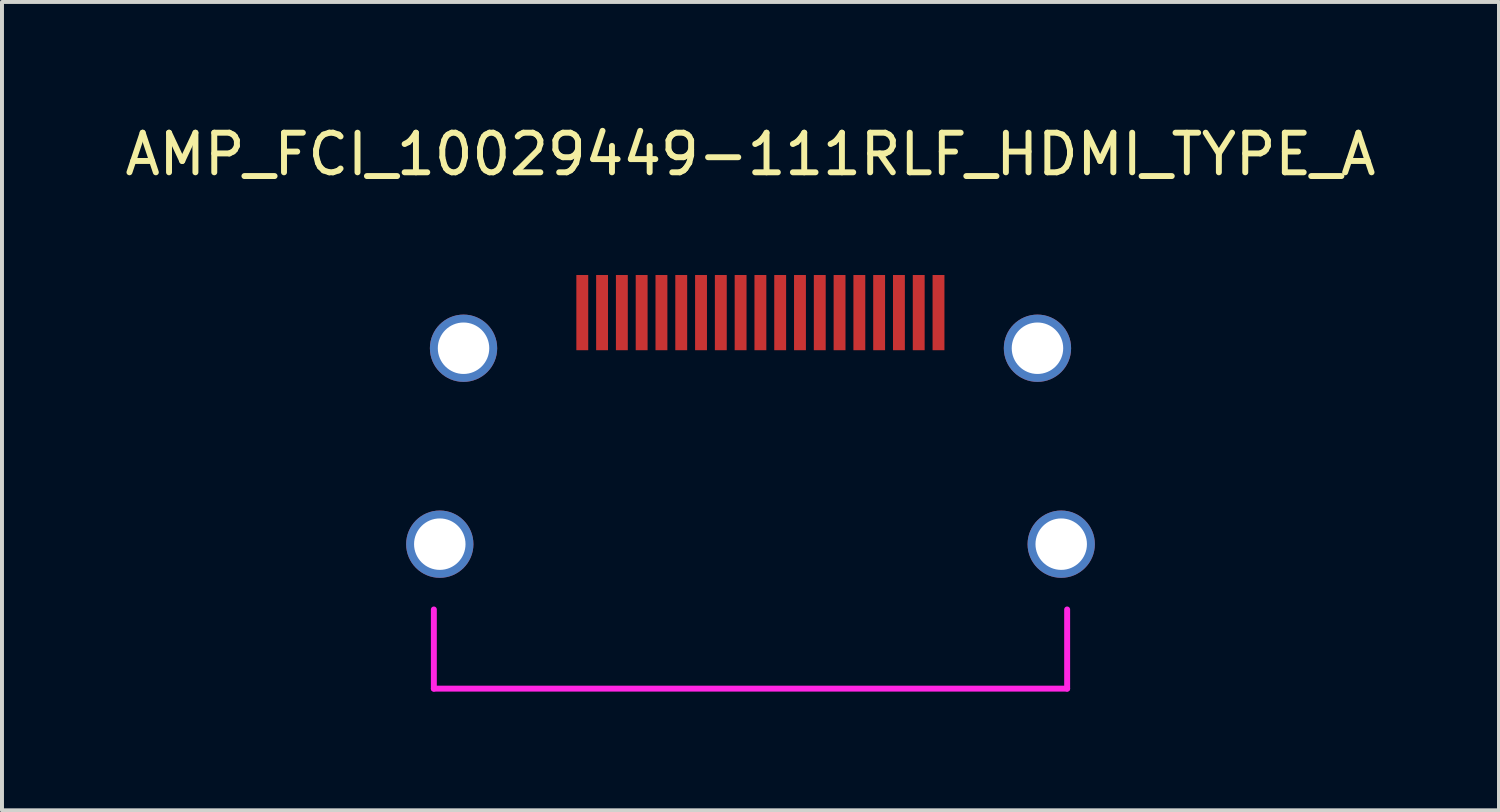
<source format=kicad_pcb>
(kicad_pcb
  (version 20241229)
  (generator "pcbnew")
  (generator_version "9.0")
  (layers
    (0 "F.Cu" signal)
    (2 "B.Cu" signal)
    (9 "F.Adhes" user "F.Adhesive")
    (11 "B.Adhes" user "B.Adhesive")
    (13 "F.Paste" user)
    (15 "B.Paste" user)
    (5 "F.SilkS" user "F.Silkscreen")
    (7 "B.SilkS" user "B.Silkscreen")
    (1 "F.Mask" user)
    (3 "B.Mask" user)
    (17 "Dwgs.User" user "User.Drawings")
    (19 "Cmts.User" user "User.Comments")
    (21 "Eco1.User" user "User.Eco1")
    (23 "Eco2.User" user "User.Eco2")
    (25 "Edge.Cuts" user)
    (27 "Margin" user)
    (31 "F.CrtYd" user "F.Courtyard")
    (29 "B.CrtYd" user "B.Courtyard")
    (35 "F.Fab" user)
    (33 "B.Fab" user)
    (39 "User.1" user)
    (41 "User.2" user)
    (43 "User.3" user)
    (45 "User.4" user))
  (footprint "AMP_FCI_10029449-111RLF_HDMI_TYPE_A"
    (layer "F.Cu")
    (at 15.911 4.848)
    (property "Reference" "AMP_FCI_10029449-111RLF_HDMI_TYPE_A" (at 0 -4 0) (layer "F.SilkS") (effects (font (size 1 1) (thickness 0.15))))
    (attr through_hole)
    (fp_line (start -8 9.5) (end -8 7.5) (stroke (width 0.15) (type solid)) (layer "F.CrtYd"))
    (fp_line (start -8 9.5) (end 8 9.5) (stroke (width 0.15) (type solid)) (layer "F.CrtYd"))
    (fp_line (start 8 9.5) (end 8 7.5) (stroke (width 0.15) (type solid)) (layer "F.CrtYd"))
    (pad "1" smd rect (at 4.75 0) (size 0.3 1.9) (layers "F.Cu" "F.Mask" "F.Paste"))
    (pad "2" smd rect (at 4.25 0) (size 0.3 1.9) (layers "F.Cu" "F.Mask" "F.Paste"))
    (pad "3" smd rect (at 3.75 0) (size 0.3 1.9) (layers "F.Cu" "F.Mask" "F.Paste"))
    (pad "4" smd rect (at 3.25 0) (size 0.3 1.9) (layers "F.Cu" "F.Mask" "F.Paste"))
    (pad "5" smd rect (at 2.75 0) (size 0.3 1.9) (layers "F.Cu" "F.Mask" "F.Paste"))
    (pad "6" smd rect (at 2.25 0) (size 0.3 1.9) (layers "F.Cu" "F.Mask" "F.Paste"))
    (pad "7" smd rect (at 1.75 0) (size 0.3 1.9) (layers "F.Cu" "F.Mask" "F.Paste"))
    (pad "8" smd rect (at 1.25 0) (size 0.3 1.9) (layers "F.Cu" "F.Mask" "F.Paste"))
    (pad "9" smd rect (at 0.75 0) (size 0.3 1.9) (layers "F.Cu" "F.Mask" "F.Paste"))
    (pad "10" smd rect (at 0.25 0) (size 0.3 1.9) (layers "F.Cu" "F.Mask" "F.Paste"))
    (pad "11" smd rect (at -0.25 0) (size 0.3 1.9) (layers "F.Cu" "F.Mask" "F.Paste"))
    (pad "12" smd rect (at -0.75 0) (size 0.3 1.9) (layers "F.Cu" "F.Mask" "F.Paste"))
    (pad "13" smd rect (at -1.25 0) (size 0.3 1.9) (layers "F.Cu" "F.Mask" "F.Paste"))
    (pad "14" smd rect (at -1.75 0) (size 0.3 1.9) (layers "F.Cu" "F.Mask" "F.Paste"))
    (pad "15" smd rect (at -2.25 0) (size 0.3 1.9) (layers "F.Cu" "F.Mask" "F.Paste"))
    (pad "16" smd rect (at -2.75 0) (size 0.3 1.9) (layers "F.Cu" "F.Mask" "F.Paste"))
    (pad "17" smd rect (at -3.25 0) (size 0.3 1.9) (layers "F.Cu" "F.Mask" "F.Paste"))
    (pad "18" smd rect (at -3.75 0) (size 0.3 1.9) (layers "F.Cu" "F.Mask" "F.Paste"))
    (pad "19" smd rect (at -4.25 0) (size 0.3 1.9) (layers "F.Cu" "F.Mask" "F.Paste"))
    (pad "20" thru_hole circle (at -7.85 5.85) (size 1.7 1.7) (drill 1.3) (layers "*.Cu" "*.Mask"))
    (pad "20" thru_hole circle (at -7.25 0.9) (size 1.7 1.7) (drill 1.3) (layers "*.Cu" "*.Mask"))
    (pad "20" thru_hole circle (at 7.25 0.9) (size 1.7 1.7) (drill 1.3) (layers "*.Cu" "*.Mask"))
    (pad "20" thru_hole circle (at 7.85 5.85) (size 1.7 1.7) (drill 1.3) (layers "*.Cu" "*.Mask")))
  (gr_rect
    (start -3 -3)
    (end 34.821 17.423)
    (stroke (width 0.1) (type default))
    (fill no)
    (layer "Edge.Cuts")))
</source>
